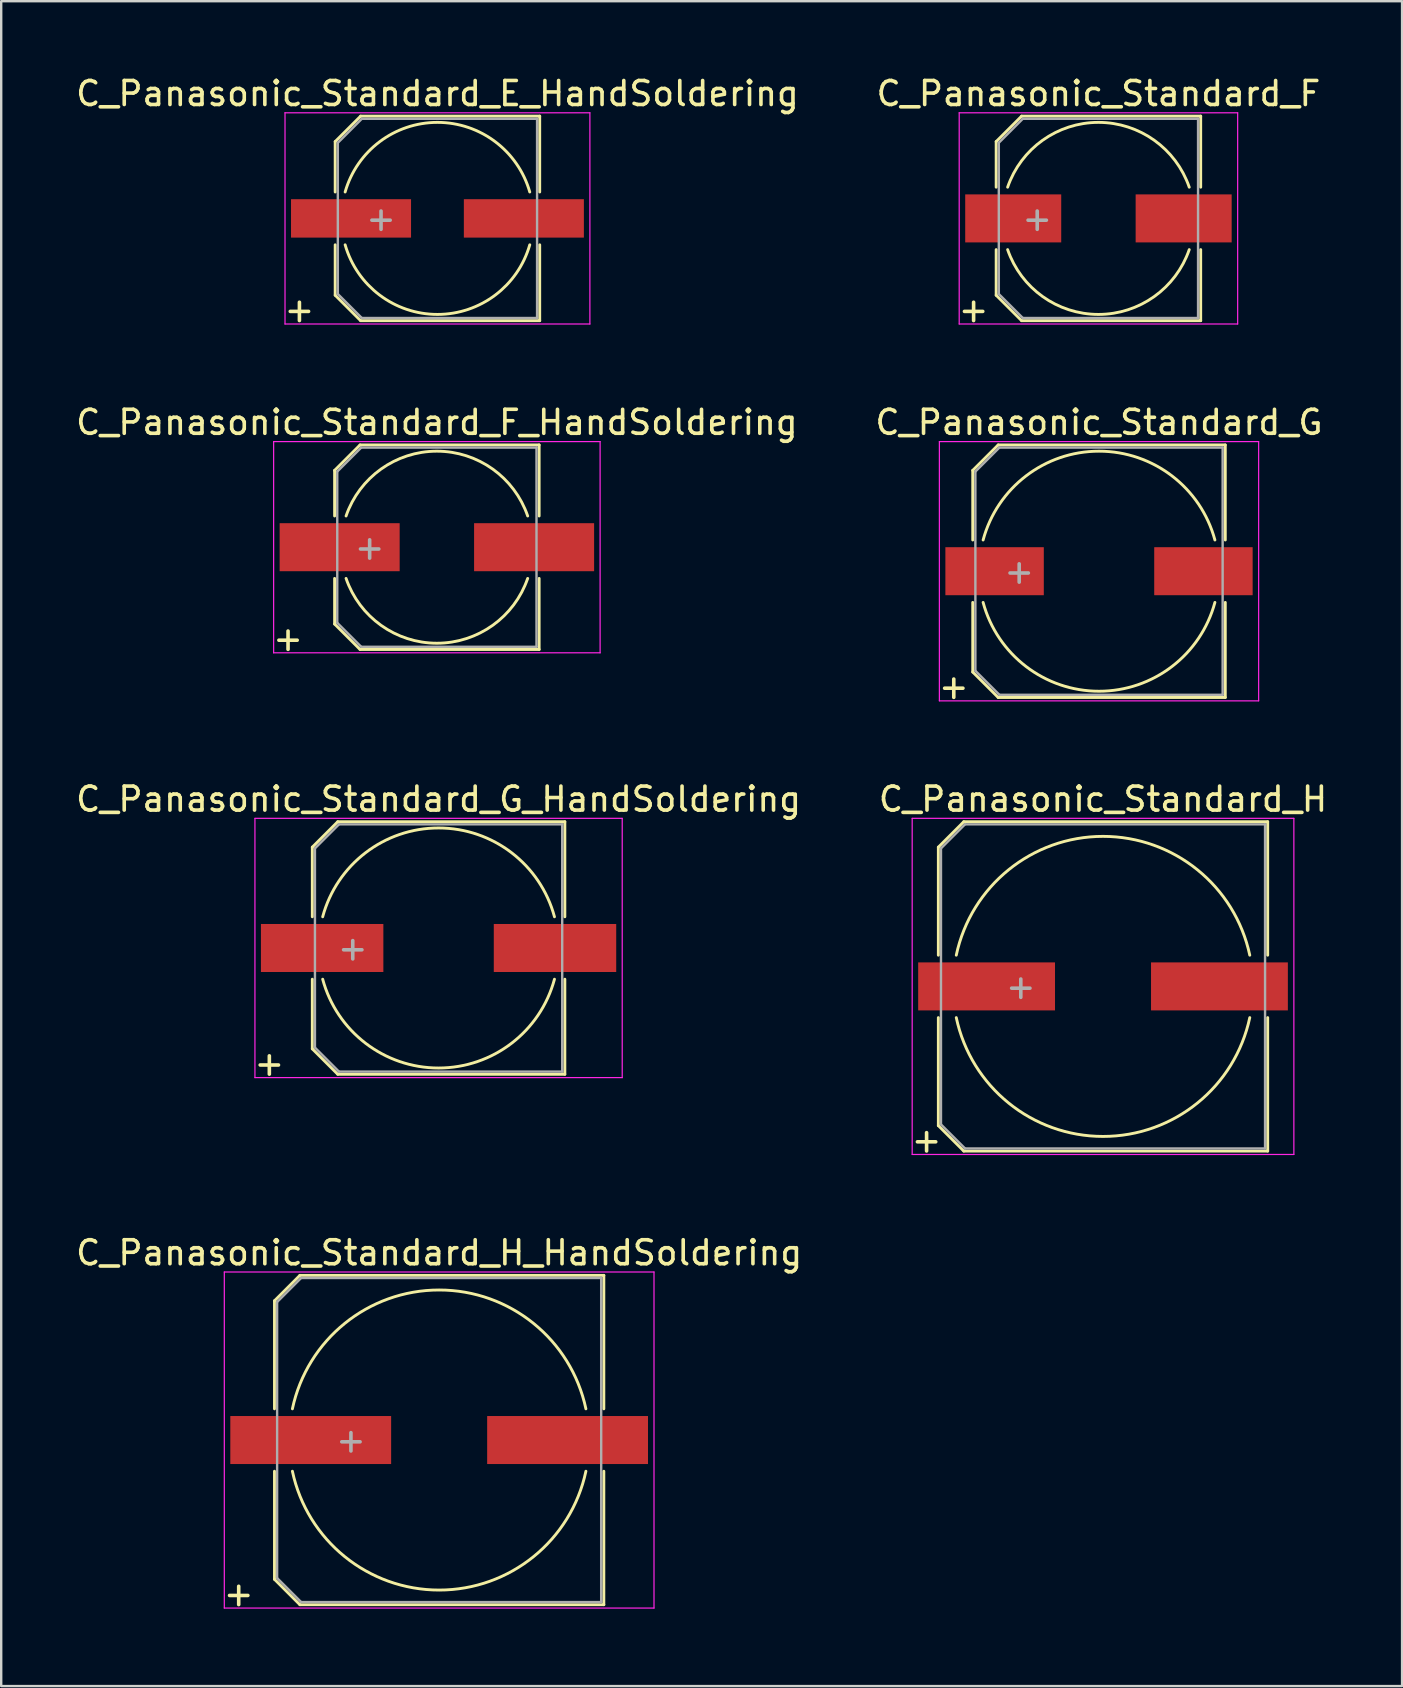
<source format=kicad_pcb>
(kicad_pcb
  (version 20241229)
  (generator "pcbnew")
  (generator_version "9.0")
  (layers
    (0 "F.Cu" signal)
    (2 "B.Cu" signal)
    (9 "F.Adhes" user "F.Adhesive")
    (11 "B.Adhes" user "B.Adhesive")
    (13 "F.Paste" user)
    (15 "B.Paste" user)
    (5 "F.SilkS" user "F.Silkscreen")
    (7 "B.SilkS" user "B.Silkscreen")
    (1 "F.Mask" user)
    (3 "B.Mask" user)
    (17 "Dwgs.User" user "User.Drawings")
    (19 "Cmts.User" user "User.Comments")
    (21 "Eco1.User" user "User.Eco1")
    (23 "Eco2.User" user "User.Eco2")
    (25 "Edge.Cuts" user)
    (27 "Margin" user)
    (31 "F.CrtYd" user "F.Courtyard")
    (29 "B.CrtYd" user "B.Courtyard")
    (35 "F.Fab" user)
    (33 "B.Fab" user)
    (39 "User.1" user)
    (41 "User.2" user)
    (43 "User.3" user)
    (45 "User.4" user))
  (footprint "C_Panasonic_Standard_G_HandSoldering"
    (layer "F.Cu")
    (at 15.22 36.441)
    (property "Reference" "C_Panasonic_Standard_G_HandSoldering" (at 0 -6.2 0) (layer "F.SilkS") (effects (font (size 1 1) (thickness 0.15))))
    (attr smd)
    (fp_line (start -5.26 -4.2) (end -5.26 -1.3) (stroke (width 0.12) (type solid)) (layer "F.SilkS"))
    (fp_line (start -5.26 -4.2) (end -4.2 -5.26) (stroke (width 0.12) (type solid)) (layer "F.SilkS"))
    (fp_line (start -5.26 4.2) (end -5.26 1.3) (stroke (width 0.12) (type solid)) (layer "F.SilkS"))
    (fp_line (start -5.26 4.2) (end -4.2 5.26) (stroke (width 0.12) (type solid)) (layer "F.SilkS"))
    (fp_line (start -4.2 -5.26) (end 5.26 -5.26) (stroke (width 0.12) (type solid)) (layer "F.SilkS"))
    (fp_line (start -4.2 5.26) (end 5.26 5.26) (stroke (width 0.12) (type solid)) (layer "F.SilkS"))
    (fp_line (start 5.26 -5.26) (end 5.26 -1.3) (stroke (width 0.12) (type solid)) (layer "F.SilkS"))
    (fp_line (start 5.26 5.26) (end 5.26 1.3) (stroke (width 0.12) (type solid)) (layer "F.SilkS"))
    (fp_arc (start -4.828043 -1.3) (mid 0 -5) (end 4.828043 -1.3) (stroke (width 0.12) (type solid)) (layer "F.SilkS"))
    (fp_arc (start 4.828043 1.3) (mid 0 5) (end -4.828043 1.3) (stroke (width 0.12) (type solid)) (layer "F.SilkS"))
    (fp_line (start -7.65 -5.4) (end -7.65 5.4) (stroke (width 0.05) (type solid)) (layer "F.CrtYd"))
    (fp_line (start -7.65 5.4) (end 7.65 5.4) (stroke (width 0.05) (type solid)) (layer "F.CrtYd"))
    (fp_line (start 7.65 -5.4) (end -7.65 -5.4) (stroke (width 0.05) (type solid)) (layer "F.CrtYd"))
    (fp_line (start 7.65 5.4) (end 7.65 -5.4) (stroke (width 0.05) (type solid)) (layer "F.CrtYd"))
    (fp_line (start -5.15 -4.15) (end -5.15 4.15) (stroke (width 0.1) (type solid)) (layer "F.Fab"))
    (fp_line (start -5.15 -4.15) (end -4.15 -5.15) (stroke (width 0.1) (type solid)) (layer "F.Fab"))
    (fp_line (start -5.15 4.15) (end -4.15 5.15) (stroke (width 0.1) (type solid)) (layer "F.Fab"))
    (fp_line (start -4.15 -5.15) (end 5.15 -5.15) (stroke (width 0.1) (type solid)) (layer "F.Fab"))
    (fp_line (start -4.15 5.15) (end 5.15 5.15) (stroke (width 0.1) (type solid)) (layer "F.Fab"))
    (fp_line (start 5.15 -5.15) (end 5.15 5.15) (stroke (width 0.1) (type solid)) (layer "F.Fab"))
    (fp_text user "+" (at -7.05 4.8 0) (layer "F.SilkS") (effects (font (size 1 1) (thickness 0.15))))
    (fp_text user "+" (at -3.575 0 0) (layer "F.Fab") (effects (font (size 1 1) (thickness 0.15))))
    (pad "1" smd rect (at -4.85 0) (size 5.1 2) (layers "F.Cu" "F.Mask" "F.Paste"))
    (pad "2" smd rect (at 4.85 0) (size 5.1 2) (layers "F.Cu" "F.Mask" "F.Paste")))
  (footprint "C_Panasonic_Standard_H"
    (layer "F.Cu")
    (at 42.899 38.041)
    (property "Reference" "C_Panasonic_Standard_H" (at 0 -7.8 0) (layer "F.SilkS") (effects (font (size 1 1) (thickness 0.15))))
    (attr smd)
    (fp_line (start -6.86 -5.8) (end -6.86 -1.3) (stroke (width 0.12) (type solid)) (layer "F.SilkS"))
    (fp_line (start -6.86 -5.8) (end -5.8 -6.86) (stroke (width 0.12) (type solid)) (layer "F.SilkS"))
    (fp_line (start -6.86 5.8) (end -6.86 1.3) (stroke (width 0.12) (type solid)) (layer "F.SilkS"))
    (fp_line (start -6.86 5.8) (end -5.8 6.86) (stroke (width 0.12) (type solid)) (layer "F.SilkS"))
    (fp_line (start -5.8 -6.86) (end 6.86 -6.86) (stroke (width 0.12) (type solid)) (layer "F.SilkS"))
    (fp_line (start -5.8 6.86) (end 6.86 6.86) (stroke (width 0.12) (type solid)) (layer "F.SilkS"))
    (fp_line (start 6.86 -6.86) (end 6.86 -1.3) (stroke (width 0.12) (type solid)) (layer "F.SilkS"))
    (fp_line (start 6.86 6.86) (end 6.86 1.3) (stroke (width 0.12) (type solid)) (layer "F.SilkS"))
    (fp_arc (start -6.113305 -1.3) (mid 0 -6.25) (end 6.113305 -1.3) (stroke (width 0.12) (type solid)) (layer "F.SilkS"))
    (fp_arc (start 6.113305 1.3) (mid 0 6.25) (end -6.113305 1.3) (stroke (width 0.12) (type solid)) (layer "F.SilkS"))
    (fp_line (start -7.95 -7) (end -7.95 7) (stroke (width 0.05) (type solid)) (layer "F.CrtYd"))
    (fp_line (start -7.95 7) (end 7.95 7) (stroke (width 0.05) (type solid)) (layer "F.CrtYd"))
    (fp_line (start 7.95 -7) (end -7.95 -7) (stroke (width 0.05) (type solid)) (layer "F.CrtYd"))
    (fp_line (start 7.95 7) (end 7.95 -7) (stroke (width 0.05) (type solid)) (layer "F.CrtYd"))
    (fp_line (start -6.75 -5.75) (end -6.75 5.75) (stroke (width 0.1) (type solid)) (layer "F.Fab"))
    (fp_line (start -6.75 -5.75) (end -5.75 -6.75) (stroke (width 0.1) (type solid)) (layer "F.Fab"))
    (fp_line (start -6.75 5.75) (end -5.75 6.75) (stroke (width 0.1) (type solid)) (layer "F.Fab"))
    (fp_line (start -5.75 -6.75) (end 6.75 -6.75) (stroke (width 0.1) (type solid)) (layer "F.Fab"))
    (fp_line (start -5.75 6.75) (end 6.75 6.75) (stroke (width 0.1) (type solid)) (layer "F.Fab"))
    (fp_line (start 6.75 -6.75) (end 6.75 6.75) (stroke (width 0.1) (type solid)) (layer "F.Fab"))
    (fp_text user "+" (at -7.35 6.4 0) (layer "F.SilkS") (effects (font (size 1 1) (thickness 0.15))))
    (fp_text user "+" (at -3.425 0 0) (layer "F.Fab") (effects (font (size 1 1) (thickness 0.15))))
    (pad "1" smd rect (at -4.85 0) (size 5.7 2) (layers "F.Cu" "F.Mask" "F.Paste"))
    (pad "2" smd rect (at 4.85 0) (size 5.7 2) (layers "F.Cu" "F.Mask" "F.Paste")))
  (footprint "C_Panasonic_Standard_F"
    (layer "F.Cu")
    (at 42.708 6.048)
    (property "Reference" "C_Panasonic_Standard_F" (at 0 -5.2 0) (layer "F.SilkS") (effects (font (size 1 1) (thickness 0.15))))
    (attr smd)
    (fp_line (start -4.26 -3.2) (end -4.26 -1.3) (stroke (width 0.12) (type solid)) (layer "F.SilkS"))
    (fp_line (start -4.26 -3.2) (end -3.2 -4.26) (stroke (width 0.12) (type solid)) (layer "F.SilkS"))
    (fp_line (start -4.26 3.2) (end -4.26 1.3) (stroke (width 0.12) (type solid)) (layer "F.SilkS"))
    (fp_line (start -4.26 3.2) (end -3.2 4.26) (stroke (width 0.12) (type solid)) (layer "F.SilkS"))
    (fp_line (start -3.2 -4.26) (end 4.26 -4.26) (stroke (width 0.12) (type solid)) (layer "F.SilkS"))
    (fp_line (start -3.2 4.26) (end 4.26 4.26) (stroke (width 0.12) (type solid)) (layer "F.SilkS"))
    (fp_line (start 4.26 -4.26) (end 4.26 -1.3) (stroke (width 0.12) (type solid)) (layer "F.SilkS"))
    (fp_line (start 4.26 4.26) (end 4.26 1.3) (stroke (width 0.12) (type solid)) (layer "F.SilkS"))
    (fp_arc (start -3.782856 -1.3) (mid 0 -4) (end 3.782856 -1.3) (stroke (width 0.12) (type solid)) (layer "F.SilkS"))
    (fp_arc (start 3.782856 1.3) (mid 0 4) (end -3.782856 1.3) (stroke (width 0.12) (type solid)) (layer "F.SilkS"))
    (fp_line (start -5.8 -4.4) (end -5.8 4.4) (stroke (width 0.05) (type solid)) (layer "F.CrtYd"))
    (fp_line (start -5.8 4.4) (end 5.8 4.4) (stroke (width 0.05) (type solid)) (layer "F.CrtYd"))
    (fp_line (start 5.8 -4.4) (end -5.8 -4.4) (stroke (width 0.05) (type solid)) (layer "F.CrtYd"))
    (fp_line (start 5.8 4.4) (end 5.8 -4.4) (stroke (width 0.05) (type solid)) (layer "F.CrtYd"))
    (fp_line (start -4.15 -3.15) (end -4.15 3.15) (stroke (width 0.1) (type solid)) (layer "F.Fab"))
    (fp_line (start -4.15 -3.15) (end -3.15 -4.15) (stroke (width 0.1) (type solid)) (layer "F.Fab"))
    (fp_line (start -4.15 3.15) (end -3.15 4.15) (stroke (width 0.1) (type solid)) (layer "F.Fab"))
    (fp_line (start -3.15 -4.15) (end 4.15 -4.15) (stroke (width 0.1) (type solid)) (layer "F.Fab"))
    (fp_line (start -3.15 4.15) (end 4.15 4.15) (stroke (width 0.1) (type solid)) (layer "F.Fab"))
    (fp_line (start 4.15 -4.15) (end 4.15 4.15) (stroke (width 0.1) (type solid)) (layer "F.Fab"))
    (fp_text user "+" (at -5.2 3.8 0) (layer "F.SilkS") (effects (font (size 1 1) (thickness 0.15))))
    (fp_text user "+" (at -2.55 0 0) (layer "F.Fab") (effects (font (size 1 1) (thickness 0.15))))
    (pad "1" smd rect (at -3.55 0) (size 4 2) (layers "F.Cu" "F.Mask" "F.Paste"))
    (pad "2" smd rect (at 3.55 0) (size 4 2) (layers "F.Cu" "F.Mask" "F.Paste")))
  (footprint "C_Panasonic_Standard_G"
    (layer "F.Cu")
    (at 42.732 20.745)
    (property "Reference" "C_Panasonic_Standard_G" (at 0 -6.2 0) (layer "F.SilkS") (effects (font (size 1 1) (thickness 0.15))))
    (attr smd)
    (fp_line (start -5.26 -4.2) (end -5.26 -1.3) (stroke (width 0.12) (type solid)) (layer "F.SilkS"))
    (fp_line (start -5.26 -4.2) (end -4.2 -5.26) (stroke (width 0.12) (type solid)) (layer "F.SilkS"))
    (fp_line (start -5.26 4.2) (end -5.26 1.3) (stroke (width 0.12) (type solid)) (layer "F.SilkS"))
    (fp_line (start -5.26 4.2) (end -4.2 5.26) (stroke (width 0.12) (type solid)) (layer "F.SilkS"))
    (fp_line (start -4.2 -5.26) (end 5.26 -5.26) (stroke (width 0.12) (type solid)) (layer "F.SilkS"))
    (fp_line (start -4.2 5.26) (end 5.26 5.26) (stroke (width 0.12) (type solid)) (layer "F.SilkS"))
    (fp_line (start 5.26 -5.26) (end 5.26 -1.3) (stroke (width 0.12) (type solid)) (layer "F.SilkS"))
    (fp_line (start 5.26 5.26) (end 5.26 1.3) (stroke (width 0.12) (type solid)) (layer "F.SilkS"))
    (fp_arc (start -4.828043 -1.3) (mid 0 -5) (end 4.828043 -1.3) (stroke (width 0.12) (type solid)) (layer "F.SilkS"))
    (fp_arc (start 4.828043 1.3) (mid 0 5) (end -4.828043 1.3) (stroke (width 0.12) (type solid)) (layer "F.SilkS"))
    (fp_line (start -6.65 -5.4) (end -6.65 5.4) (stroke (width 0.05) (type solid)) (layer "F.CrtYd"))
    (fp_line (start -6.65 5.4) (end 6.65 5.4) (stroke (width 0.05) (type solid)) (layer "F.CrtYd"))
    (fp_line (start 6.65 -5.4) (end -6.65 -5.4) (stroke (width 0.05) (type solid)) (layer "F.CrtYd"))
    (fp_line (start 6.65 5.4) (end 6.65 -5.4) (stroke (width 0.05) (type solid)) (layer "F.CrtYd"))
    (fp_line (start -5.15 -4.15) (end -5.15 4.15) (stroke (width 0.1) (type solid)) (layer "F.Fab"))
    (fp_line (start -5.15 -4.15) (end -4.15 -5.15) (stroke (width 0.1) (type solid)) (layer "F.Fab"))
    (fp_line (start -5.15 4.15) (end -4.15 5.15) (stroke (width 0.1) (type solid)) (layer "F.Fab"))
    (fp_line (start -4.15 -5.15) (end 5.15 -5.15) (stroke (width 0.1) (type solid)) (layer "F.Fab"))
    (fp_line (start -4.15 5.15) (end 5.15 5.15) (stroke (width 0.1) (type solid)) (layer "F.Fab"))
    (fp_line (start 5.15 -5.15) (end 5.15 5.15) (stroke (width 0.1) (type solid)) (layer "F.Fab"))
    (fp_text user "+" (at -6.05 4.8 0) (layer "F.SilkS") (effects (font (size 1 1) (thickness 0.15))))
    (fp_text user "+" (at -3.325 0 0) (layer "F.Fab") (effects (font (size 1 1) (thickness 0.15))))
    (pad "1" smd rect (at -4.35 0) (size 4.1 2) (layers "F.Cu" "F.Mask" "F.Paste"))
    (pad "2" smd rect (at 4.35 0) (size 4.1 2) (layers "F.Cu" "F.Mask" "F.Paste")))
  (footprint "C_Panasonic_Standard_F_HandSoldering"
    (layer "F.Cu")
    (at 15.149 19.745)
    (property "Reference" "C_Panasonic_Standard_F_HandSoldering" (at 0 -5.2 0) (layer "F.SilkS") (effects (font (size 1 1) (thickness 0.15))))
    (attr smd)
    (fp_line (start -4.26 -3.2) (end -4.26 -1.3) (stroke (width 0.12) (type solid)) (layer "F.SilkS"))
    (fp_line (start -4.26 -3.2) (end -3.2 -4.26) (stroke (width 0.12) (type solid)) (layer "F.SilkS"))
    (fp_line (start -4.26 3.2) (end -4.26 1.3) (stroke (width 0.12) (type solid)) (layer "F.SilkS"))
    (fp_line (start -4.26 3.2) (end -3.2 4.26) (stroke (width 0.12) (type solid)) (layer "F.SilkS"))
    (fp_line (start -3.2 -4.26) (end 4.26 -4.26) (stroke (width 0.12) (type solid)) (layer "F.SilkS"))
    (fp_line (start -3.2 4.26) (end 4.26 4.26) (stroke (width 0.12) (type solid)) (layer "F.SilkS"))
    (fp_line (start 4.26 -4.26) (end 4.26 -1.3) (stroke (width 0.12) (type solid)) (layer "F.SilkS"))
    (fp_line (start 4.26 4.26) (end 4.26 1.3) (stroke (width 0.12) (type solid)) (layer "F.SilkS"))
    (fp_arc (start -3.782856 -1.3) (mid 0 -4) (end 3.782856 -1.3) (stroke (width 0.12) (type solid)) (layer "F.SilkS"))
    (fp_arc (start 3.782856 1.3) (mid 0 4) (end -3.782856 1.3) (stroke (width 0.12) (type solid)) (layer "F.SilkS"))
    (fp_line (start -6.8 -4.4) (end -6.8 4.4) (stroke (width 0.05) (type solid)) (layer "F.CrtYd"))
    (fp_line (start -6.8 4.4) (end 6.8 4.4) (stroke (width 0.05) (type solid)) (layer "F.CrtYd"))
    (fp_line (start 6.8 -4.4) (end -6.8 -4.4) (stroke (width 0.05) (type solid)) (layer "F.CrtYd"))
    (fp_line (start 6.8 4.4) (end 6.8 -4.4) (stroke (width 0.05) (type solid)) (layer "F.CrtYd"))
    (fp_line (start -4.15 -3.15) (end -4.15 3.15) (stroke (width 0.1) (type solid)) (layer "F.Fab"))
    (fp_line (start -4.15 -3.15) (end -3.15 -4.15) (stroke (width 0.1) (type solid)) (layer "F.Fab"))
    (fp_line (start -4.15 3.15) (end -3.15 4.15) (stroke (width 0.1) (type solid)) (layer "F.Fab"))
    (fp_line (start -3.15 -4.15) (end 4.15 -4.15) (stroke (width 0.1) (type solid)) (layer "F.Fab"))
    (fp_line (start -3.15 4.15) (end 4.15 4.15) (stroke (width 0.1) (type solid)) (layer "F.Fab"))
    (fp_line (start 4.15 -4.15) (end 4.15 4.15) (stroke (width 0.1) (type solid)) (layer "F.Fab"))
    (fp_text user "+" (at -6.2 3.8 0) (layer "F.SilkS") (effects (font (size 1 1) (thickness 0.15))))
    (fp_text user "+" (at -2.8 0 0) (layer "F.Fab") (effects (font (size 1 1) (thickness 0.15))))
    (pad "1" smd rect (at -4.05 0) (size 5 2) (layers "F.Cu" "F.Mask" "F.Paste"))
    (pad "2" smd rect (at 4.05 0) (size 5 2) (layers "F.Cu" "F.Mask" "F.Paste")))
  (footprint "C_Panasonic_Standard_E_HandSoldering"
    (layer "F.Cu")
    (at 15.173 6.048)
    (property "Reference" "C_Panasonic_Standard_E_HandSoldering" (at 0 -5.2 0) (layer "F.SilkS") (effects (font (size 1 1) (thickness 0.15))))
    (attr smd)
    (fp_line (start -4.26 -3.2) (end -4.26 -1.1) (stroke (width 0.12) (type solid)) (layer "F.SilkS"))
    (fp_line (start -4.26 -3.2) (end -3.2 -4.26) (stroke (width 0.12) (type solid)) (layer "F.SilkS"))
    (fp_line (start -4.26 3.2) (end -4.26 1.1) (stroke (width 0.12) (type solid)) (layer "F.SilkS"))
    (fp_line (start -4.26 3.2) (end -3.2 4.26) (stroke (width 0.12) (type solid)) (layer "F.SilkS"))
    (fp_line (start -3.2 -4.26) (end 4.26 -4.26) (stroke (width 0.12) (type solid)) (layer "F.SilkS"))
    (fp_line (start -3.2 4.26) (end 4.26 4.26) (stroke (width 0.12) (type solid)) (layer "F.SilkS"))
    (fp_line (start 4.26 -4.26) (end 4.26 -1.1) (stroke (width 0.12) (type solid)) (layer "F.SilkS"))
    (fp_line (start 4.26 4.26) (end 4.26 1.1) (stroke (width 0.12) (type solid)) (layer "F.SilkS"))
    (fp_arc (start -3.845777 -1.1) (mid 0 -4) (end 3.845777 -1.1) (stroke (width 0.12) (type solid)) (layer "F.SilkS"))
    (fp_arc (start 3.845777 1.1) (mid 0 4) (end -3.845777 1.1) (stroke (width 0.12) (type solid)) (layer "F.SilkS"))
    (fp_line (start -6.35 -4.4) (end -6.35 4.4) (stroke (width 0.05) (type solid)) (layer "F.CrtYd"))
    (fp_line (start -6.35 4.4) (end 6.35 4.4) (stroke (width 0.05) (type solid)) (layer "F.CrtYd"))
    (fp_line (start 6.35 -4.4) (end -6.35 -4.4) (stroke (width 0.05) (type solid)) (layer "F.CrtYd"))
    (fp_line (start 6.35 4.4) (end 6.35 -4.4) (stroke (width 0.05) (type solid)) (layer "F.CrtYd"))
    (fp_line (start -4.15 -3.15) (end -4.15 3.15) (stroke (width 0.1) (type solid)) (layer "F.Fab"))
    (fp_line (start -4.15 -3.15) (end -3.15 -4.15) (stroke (width 0.1) (type solid)) (layer "F.Fab"))
    (fp_line (start -4.15 3.15) (end -3.15 4.15) (stroke (width 0.1) (type solid)) (layer "F.Fab"))
    (fp_line (start -3.15 -4.15) (end 4.15 -4.15) (stroke (width 0.1) (type solid)) (layer "F.Fab"))
    (fp_line (start -3.15 4.15) (end 4.15 4.15) (stroke (width 0.1) (type solid)) (layer "F.Fab"))
    (fp_line (start 4.15 -4.15) (end 4.15 4.15) (stroke (width 0.1) (type solid)) (layer "F.Fab"))
    (fp_text user "+" (at -5.75 3.8 0) (layer "F.SilkS") (effects (font (size 1 1) (thickness 0.15))))
    (fp_text user "+" (at -2.35 0 0) (layer "F.Fab") (effects (font (size 1 1) (thickness 0.15))))
    (pad "1" smd rect (at -3.6 0) (size 5 1.6) (layers "F.Cu" "F.Mask" "F.Paste"))
    (pad "2" smd rect (at 3.6 0) (size 5 1.6) (layers "F.Cu" "F.Mask" "F.Paste")))
  (footprint "C_Panasonic_Standard_H_HandSoldering"
    (layer "F.Cu")
    (at 15.244 56.938)
    (property "Reference" "C_Panasonic_Standard_H_HandSoldering" (at 0 -7.8 0) (layer "F.SilkS") (effects (font (size 1 1) (thickness 0.15))))
    (attr smd)
    (fp_line (start -6.86 -5.8) (end -6.86 -1.3) (stroke (width 0.12) (type solid)) (layer "F.SilkS"))
    (fp_line (start -6.86 -5.8) (end -5.8 -6.86) (stroke (width 0.12) (type solid)) (layer "F.SilkS"))
    (fp_line (start -6.86 5.8) (end -6.86 1.3) (stroke (width 0.12) (type solid)) (layer "F.SilkS"))
    (fp_line (start -6.86 5.8) (end -5.8 6.86) (stroke (width 0.12) (type solid)) (layer "F.SilkS"))
    (fp_line (start -5.8 -6.86) (end 6.86 -6.86) (stroke (width 0.12) (type solid)) (layer "F.SilkS"))
    (fp_line (start -5.8 6.86) (end 6.86 6.86) (stroke (width 0.12) (type solid)) (layer "F.SilkS"))
    (fp_line (start 6.86 -6.86) (end 6.86 -1.3) (stroke (width 0.12) (type solid)) (layer "F.SilkS"))
    (fp_line (start 6.86 6.86) (end 6.86 1.3) (stroke (width 0.12) (type solid)) (layer "F.SilkS"))
    (fp_arc (start -6.113305 -1.3) (mid 0 -6.25) (end 6.113305 -1.3) (stroke (width 0.12) (type solid)) (layer "F.SilkS"))
    (fp_arc (start 6.113305 1.3) (mid 0 6.25) (end -6.113305 1.3) (stroke (width 0.12) (type solid)) (layer "F.SilkS"))
    (fp_line (start -8.95 -7) (end -8.95 7) (stroke (width 0.05) (type solid)) (layer "F.CrtYd"))
    (fp_line (start -8.95 7) (end 8.95 7) (stroke (width 0.05) (type solid)) (layer "F.CrtYd"))
    (fp_line (start 8.95 -7) (end -8.95 -7) (stroke (width 0.05) (type solid)) (layer "F.CrtYd"))
    (fp_line (start 8.95 7) (end 8.95 -7) (stroke (width 0.05) (type solid)) (layer "F.CrtYd"))
    (fp_line (start -6.75 -5.75) (end -6.75 5.75) (stroke (width 0.1) (type solid)) (layer "F.Fab"))
    (fp_line (start -6.75 -5.75) (end -5.75 -6.75) (stroke (width 0.1) (type solid)) (layer "F.Fab"))
    (fp_line (start -6.75 5.75) (end -5.75 6.75) (stroke (width 0.1) (type solid)) (layer "F.Fab"))
    (fp_line (start -5.75 -6.75) (end 6.75 -6.75) (stroke (width 0.1) (type solid)) (layer "F.Fab"))
    (fp_line (start -5.75 6.75) (end 6.75 6.75) (stroke (width 0.1) (type solid)) (layer "F.Fab"))
    (fp_line (start 6.75 -6.75) (end 6.75 6.75) (stroke (width 0.1) (type solid)) (layer "F.Fab"))
    (fp_text user "+" (at -8.35 6.4 0) (layer "F.SilkS") (effects (font (size 1 1) (thickness 0.15))))
    (fp_text user "+" (at -3.675 0 0) (layer "F.Fab") (effects (font (size 1 1) (thickness 0.15))))
    (pad "1" smd rect (at -5.35 0) (size 6.7 2) (layers "F.Cu" "F.Mask" "F.Paste"))
    (pad "2" smd rect (at 5.35 0) (size 6.7 2) (layers "F.Cu" "F.Mask" "F.Paste")))
  (gr_rect
    (start -3 -3)
    (end 55.357 67.186)
    (stroke (width 0.1) (type default))
    (fill no)
    (layer "Edge.Cuts")))
</source>
